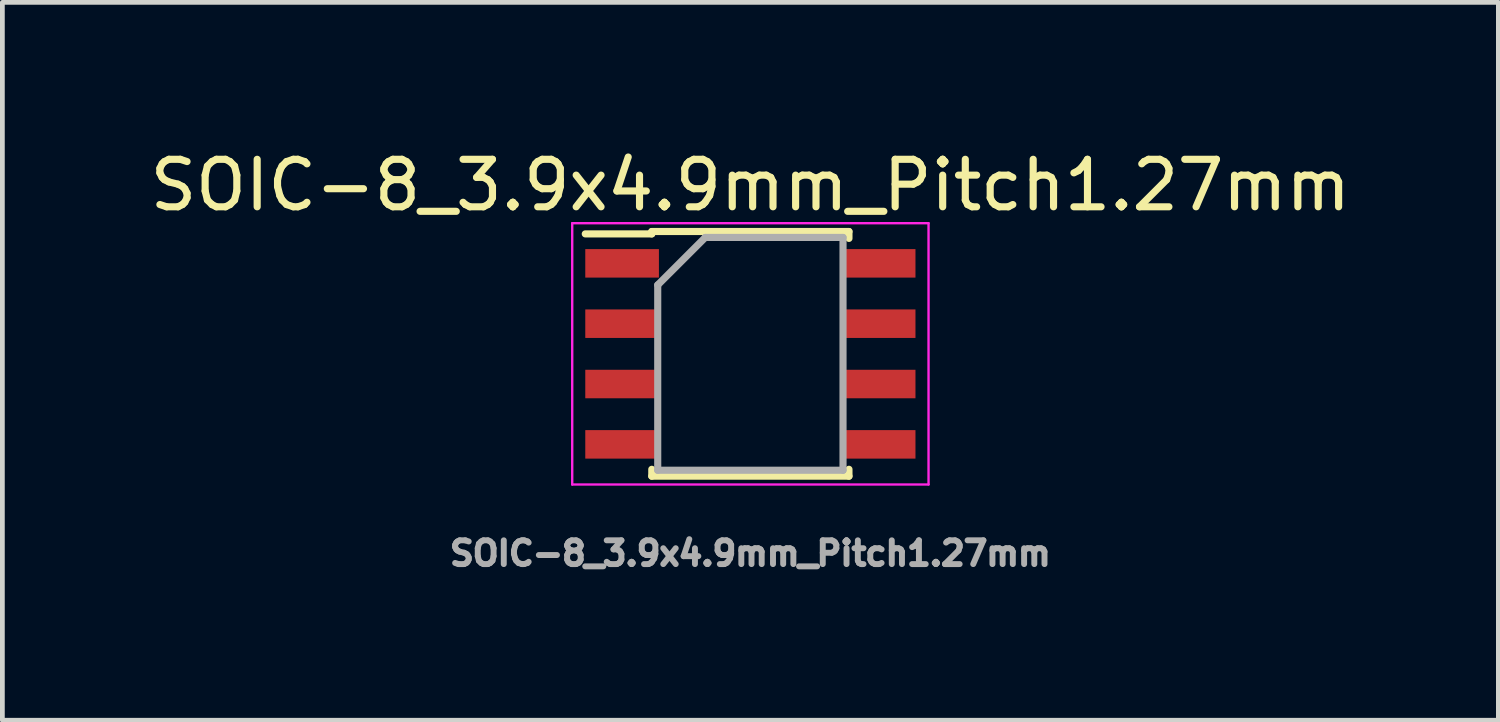
<source format=kicad_pcb>
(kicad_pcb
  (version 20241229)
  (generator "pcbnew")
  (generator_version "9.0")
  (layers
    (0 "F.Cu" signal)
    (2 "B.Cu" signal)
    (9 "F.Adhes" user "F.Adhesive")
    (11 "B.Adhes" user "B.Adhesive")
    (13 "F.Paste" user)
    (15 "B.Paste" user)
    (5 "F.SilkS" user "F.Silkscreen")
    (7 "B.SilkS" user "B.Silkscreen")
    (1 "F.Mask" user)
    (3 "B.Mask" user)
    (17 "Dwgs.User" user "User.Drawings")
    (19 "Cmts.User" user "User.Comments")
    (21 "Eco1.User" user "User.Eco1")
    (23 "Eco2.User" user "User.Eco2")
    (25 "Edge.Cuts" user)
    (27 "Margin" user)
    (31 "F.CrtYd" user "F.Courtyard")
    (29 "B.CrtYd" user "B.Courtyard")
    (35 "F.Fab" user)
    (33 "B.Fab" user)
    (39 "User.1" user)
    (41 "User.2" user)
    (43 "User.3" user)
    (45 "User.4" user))
  (footprint "SOIC-8_3.9x4.9mm_Pitch1.27mm"
    (layer "F.Cu")
    (at 12.744 4.398)
    (property "Reference" "SOIC-8_3.9x4.9mm_Pitch1.27mm" (at 0 -3.55 0) (layer "F.SilkS") (effects (font (size 1 1) (thickness 0.15))))
    (attr smd)
    (fp_line (start -2.075 -2.575) (end -2.075 -2.525) (stroke (width 0.15) (type solid)) (layer "F.SilkS"))
    (fp_line (start -2.075 -2.575) (end 2.075 -2.575) (stroke (width 0.15) (type solid)) (layer "F.SilkS"))
    (fp_line (start -2.075 -2.525) (end -3.475 -2.525) (stroke (width 0.15) (type solid)) (layer "F.SilkS"))
    (fp_line (start -2.075 2.575) (end -2.075 2.43) (stroke (width 0.15) (type solid)) (layer "F.SilkS"))
    (fp_line (start -2.075 2.575) (end 2.075 2.575) (stroke (width 0.15) (type solid)) (layer "F.SilkS"))
    (fp_line (start 2.075 -2.575) (end 2.075 -2.43) (stroke (width 0.15) (type solid)) (layer "F.SilkS"))
    (fp_line (start 2.075 2.575) (end 2.075 2.43) (stroke (width 0.15) (type solid)) (layer "F.SilkS"))
    (fp_line (start -3.75 -2.75) (end -3.75 2.75) (stroke (width 0.05) (type solid)) (layer "F.CrtYd"))
    (fp_line (start -3.75 -2.75) (end 3.75 -2.75) (stroke (width 0.05) (type solid)) (layer "F.CrtYd"))
    (fp_line (start -3.75 2.75) (end 3.75 2.75) (stroke (width 0.05) (type solid)) (layer "F.CrtYd"))
    (fp_line (start 3.75 -2.75) (end 3.75 2.75) (stroke (width 0.05) (type solid)) (layer "F.CrtYd"))
    (fp_line (start -1.95 -1.45) (end -0.95 -2.45) (stroke (width 0.15) (type solid)) (layer "F.Fab"))
    (fp_line (start -1.95 2.45) (end -1.95 -1.45) (stroke (width 0.15) (type solid)) (layer "F.Fab"))
    (fp_line (start -0.95 -2.45) (end 1.95 -2.45) (stroke (width 0.15) (type solid)) (layer "F.Fab"))
    (fp_line (start 1.95 -2.45) (end 1.95 2.45) (stroke (width 0.15) (type solid)) (layer "F.Fab"))
    (fp_line (start 1.95 2.45) (end -1.95 2.45) (stroke (width 0.15) (type solid)) (layer "F.Fab"))
    (fp_text user "${REFERENCE}" (at 0 4.2 0) (layer "F.Fab") (effects (font (size 0.5 0.5) (thickness 0.125))))
    (pad "1" smd rect (at -2.7 -1.905) (size 1.55 0.6) (layers "F.Cu" "F.Mask" "F.Paste"))
    (pad "2" smd rect (at -2.7 -0.635) (size 1.55 0.6) (layers "F.Cu" "F.Mask" "F.Paste"))
    (pad "3" smd rect (at -2.7 0.635) (size 1.55 0.6) (layers "F.Cu" "F.Mask" "F.Paste"))
    (pad "4" smd rect (at -2.7 1.905) (size 1.55 0.6) (layers "F.Cu" "F.Mask" "F.Paste"))
    (pad "5" smd rect (at 2.7 1.905) (size 1.55 0.6) (layers "F.Cu" "F.Mask" "F.Paste"))
    (pad "6" smd rect (at 2.7 0.635) (size 1.55 0.6) (layers "F.Cu" "F.Mask" "F.Paste"))
    (pad "7" smd rect (at 2.7 -0.635) (size 1.55 0.6) (layers "F.Cu" "F.Mask" "F.Paste"))
    (pad "8" smd rect (at 2.7 -1.905) (size 1.55 0.6) (layers "F.Cu" "F.Mask" "F.Paste")))
  (gr_rect
    (start -3 -3)
    (end 28.488 12.11)
    (stroke (width 0.1) (type default))
    (fill no)
    (layer "Edge.Cuts")))
</source>
